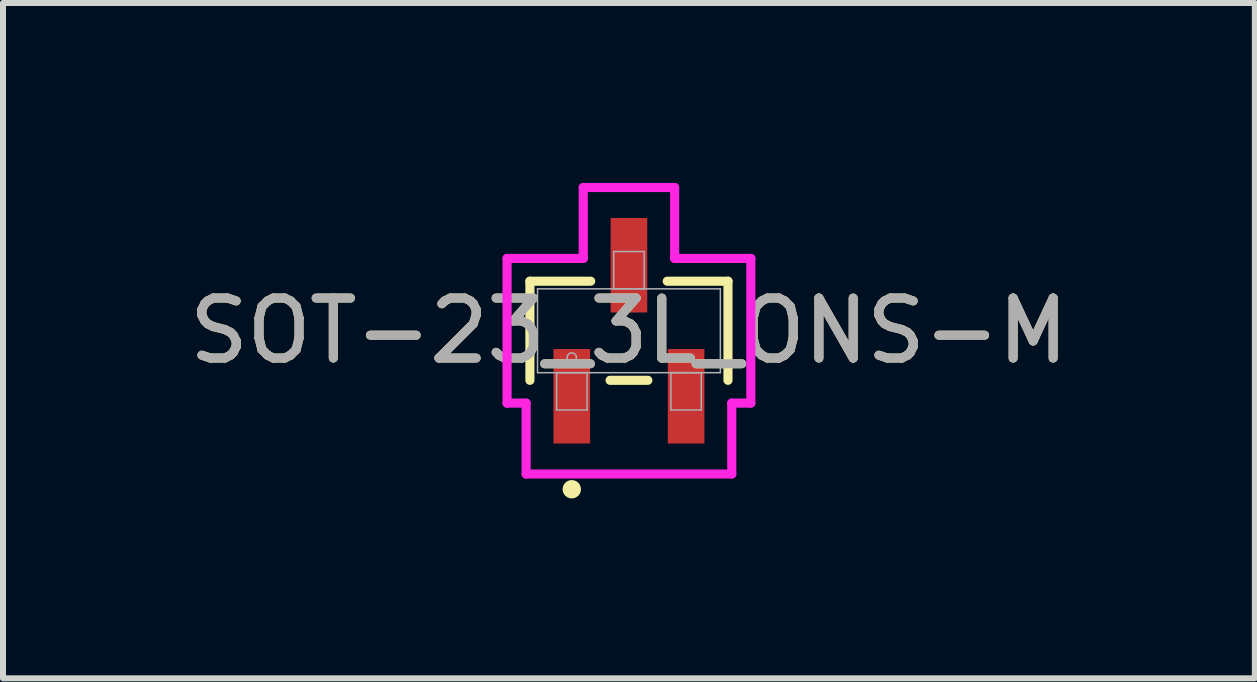
<source format=kicad_pcb>
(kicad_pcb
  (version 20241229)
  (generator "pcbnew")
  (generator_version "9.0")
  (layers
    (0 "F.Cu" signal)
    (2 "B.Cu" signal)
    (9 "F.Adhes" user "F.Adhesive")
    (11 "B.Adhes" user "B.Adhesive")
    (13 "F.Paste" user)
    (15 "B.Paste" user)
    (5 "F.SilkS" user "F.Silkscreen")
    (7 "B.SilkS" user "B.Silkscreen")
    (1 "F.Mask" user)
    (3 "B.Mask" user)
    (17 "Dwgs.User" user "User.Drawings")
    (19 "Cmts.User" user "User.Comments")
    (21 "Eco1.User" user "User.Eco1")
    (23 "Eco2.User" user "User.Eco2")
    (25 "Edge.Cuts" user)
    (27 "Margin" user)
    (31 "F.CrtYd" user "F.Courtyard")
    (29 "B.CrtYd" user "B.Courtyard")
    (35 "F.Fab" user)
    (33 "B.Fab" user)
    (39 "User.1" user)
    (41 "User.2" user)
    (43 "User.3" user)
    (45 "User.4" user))
  (footprint "SOT-23_3L_ONS-M"
    (layer "F.Cu")
    (at 7.435 2.464)
    (property "Reference" "SOT-23_3L_ONS-M" (at 0 0 0) (unlocked yes) (layer "F.SilkS") (effects (font (size 1 1) (thickness 0.15))))
    (attr smd)
    (fp_line (start -1.651 -0.826) (end -1.651 0.826) (stroke (width 0.152) (type solid)) (layer "F.SilkS"))
    (fp_line (start -0.638 -0.826) (end -1.651 -0.826) (stroke (width 0.152) (type solid)) (layer "F.SilkS"))
    (fp_line (start -0.315 0.826) (end 0.315 0.826) (stroke (width 0.152) (type solid)) (layer "F.SilkS"))
    (fp_line (start 1.651 -0.826) (end 0.638 -0.826) (stroke (width 0.152) (type solid)) (layer "F.SilkS"))
    (fp_line (start 1.651 0.826) (end 1.651 -0.826) (stroke (width 0.152) (type solid)) (layer "F.SilkS"))
    (fp_circle (center -0.953 2.642) (end -0.876 2.642) (stroke (width 0.152) (type solid)) (fill no) (layer "F.SilkS"))
    (fp_line (start -2.032 -1.206) (end -0.762 -1.206) (stroke (width 0.152) (type solid)) (layer "F.CrtYd"))
    (fp_line (start -2.032 1.206) (end -2.032 -1.206) (stroke (width 0.152) (type solid)) (layer "F.CrtYd"))
    (fp_line (start -2.032 1.206) (end -1.714 1.206) (stroke (width 0.152) (type solid)) (layer "F.CrtYd"))
    (fp_line (start -1.714 1.206) (end -1.714 2.388) (stroke (width 0.152) (type solid)) (layer "F.CrtYd"))
    (fp_line (start -1.714 2.388) (end 1.714 2.388) (stroke (width 0.152) (type solid)) (layer "F.CrtYd"))
    (fp_line (start -0.762 -2.388) (end 0.762 -2.388) (stroke (width 0.152) (type solid)) (layer "F.CrtYd"))
    (fp_line (start -0.762 -1.206) (end -0.762 -2.388) (stroke (width 0.152) (type solid)) (layer "F.CrtYd"))
    (fp_line (start 0.762 -1.206) (end 0.762 -2.388) (stroke (width 0.152) (type solid)) (layer "F.CrtYd"))
    (fp_line (start 1.714 1.206) (end 1.714 2.388) (stroke (width 0.152) (type solid)) (layer "F.CrtYd"))
    (fp_line (start 2.032 -1.206) (end 0.762 -1.206) (stroke (width 0.152) (type solid)) (layer "F.CrtYd"))
    (fp_line (start 2.032 -1.206) (end 2.032 1.206) (stroke (width 0.152) (type solid)) (layer "F.CrtYd"))
    (fp_line (start 2.032 1.206) (end 1.714 1.206) (stroke (width 0.152) (type solid)) (layer "F.CrtYd"))
    (fp_line (start -1.524 -0.699) (end -1.524 0.699) (stroke (width 0.025) (type solid)) (layer "F.Fab"))
    (fp_line (start -1.524 0.699) (end 1.524 0.699) (stroke (width 0.025) (type solid)) (layer "F.Fab"))
    (fp_line (start -1.206 0.699) (end -1.206 1.321) (stroke (width 0.025) (type solid)) (layer "F.Fab"))
    (fp_line (start -1.206 1.321) (end -0.699 1.321) (stroke (width 0.025) (type solid)) (layer "F.Fab"))
    (fp_line (start -0.699 0.699) (end -1.206 0.699) (stroke (width 0.025) (type solid)) (layer "F.Fab"))
    (fp_line (start -0.699 1.321) (end -0.699 0.699) (stroke (width 0.025) (type solid)) (layer "F.Fab"))
    (fp_line (start -0.254 -1.321) (end -0.254 -0.699) (stroke (width 0.025) (type solid)) (layer "F.Fab"))
    (fp_line (start -0.254 -0.699) (end 0.254 -0.699) (stroke (width 0.025) (type solid)) (layer "F.Fab"))
    (fp_line (start 0.254 -1.321) (end -0.254 -1.321) (stroke (width 0.025) (type solid)) (layer "F.Fab"))
    (fp_line (start 0.254 -0.699) (end 0.254 -1.321) (stroke (width 0.025) (type solid)) (layer "F.Fab"))
    (fp_line (start 0.699 0.699) (end 0.699 1.321) (stroke (width 0.025) (type solid)) (layer "F.Fab"))
    (fp_line (start 0.699 1.321) (end 1.206 1.321) (stroke (width 0.025) (type solid)) (layer "F.Fab"))
    (fp_line (start 1.206 0.699) (end 0.699 0.699) (stroke (width 0.025) (type solid)) (layer "F.Fab"))
    (fp_line (start 1.206 1.321) (end 1.206 0.699) (stroke (width 0.025) (type solid)) (layer "F.Fab"))
    (fp_line (start 1.524 -0.699) (end -1.524 -0.699) (stroke (width 0.025) (type solid)) (layer "F.Fab"))
    (fp_line (start 1.524 0.699) (end 1.524 -0.699) (stroke (width 0.025) (type solid)) (layer "F.Fab"))
    (fp_circle (center -0.953 0.445) (end -0.876 0.445) (stroke (width 0.025) (type solid)) (fill no) (layer "F.Fab"))
    (fp_text user "${REFERENCE}" (at 0 0 0) (unlocked yes) (layer "F.Fab") (effects (font (size 1 1) (thickness 0.15))))
    (pad "1" smd rect (at -0.953 1.092) (size 0.61 1.575) (layers "F.Cu" "F.Mask" "F.Paste"))
    (pad "2" smd rect (at 0.953 1.092) (size 0.61 1.575) (layers "F.Cu" "F.Mask" "F.Paste"))
    (pad "3" smd rect (at 0 -1.092) (size 0.61 1.575) (layers "F.Cu" "F.Mask" "F.Paste")))
  (gr_rect
    (start -3 -3)
    (end 17.869 8.258)
    (stroke (width 0.1) (type default))
    (fill no)
    (layer "Edge.Cuts")))
</source>
